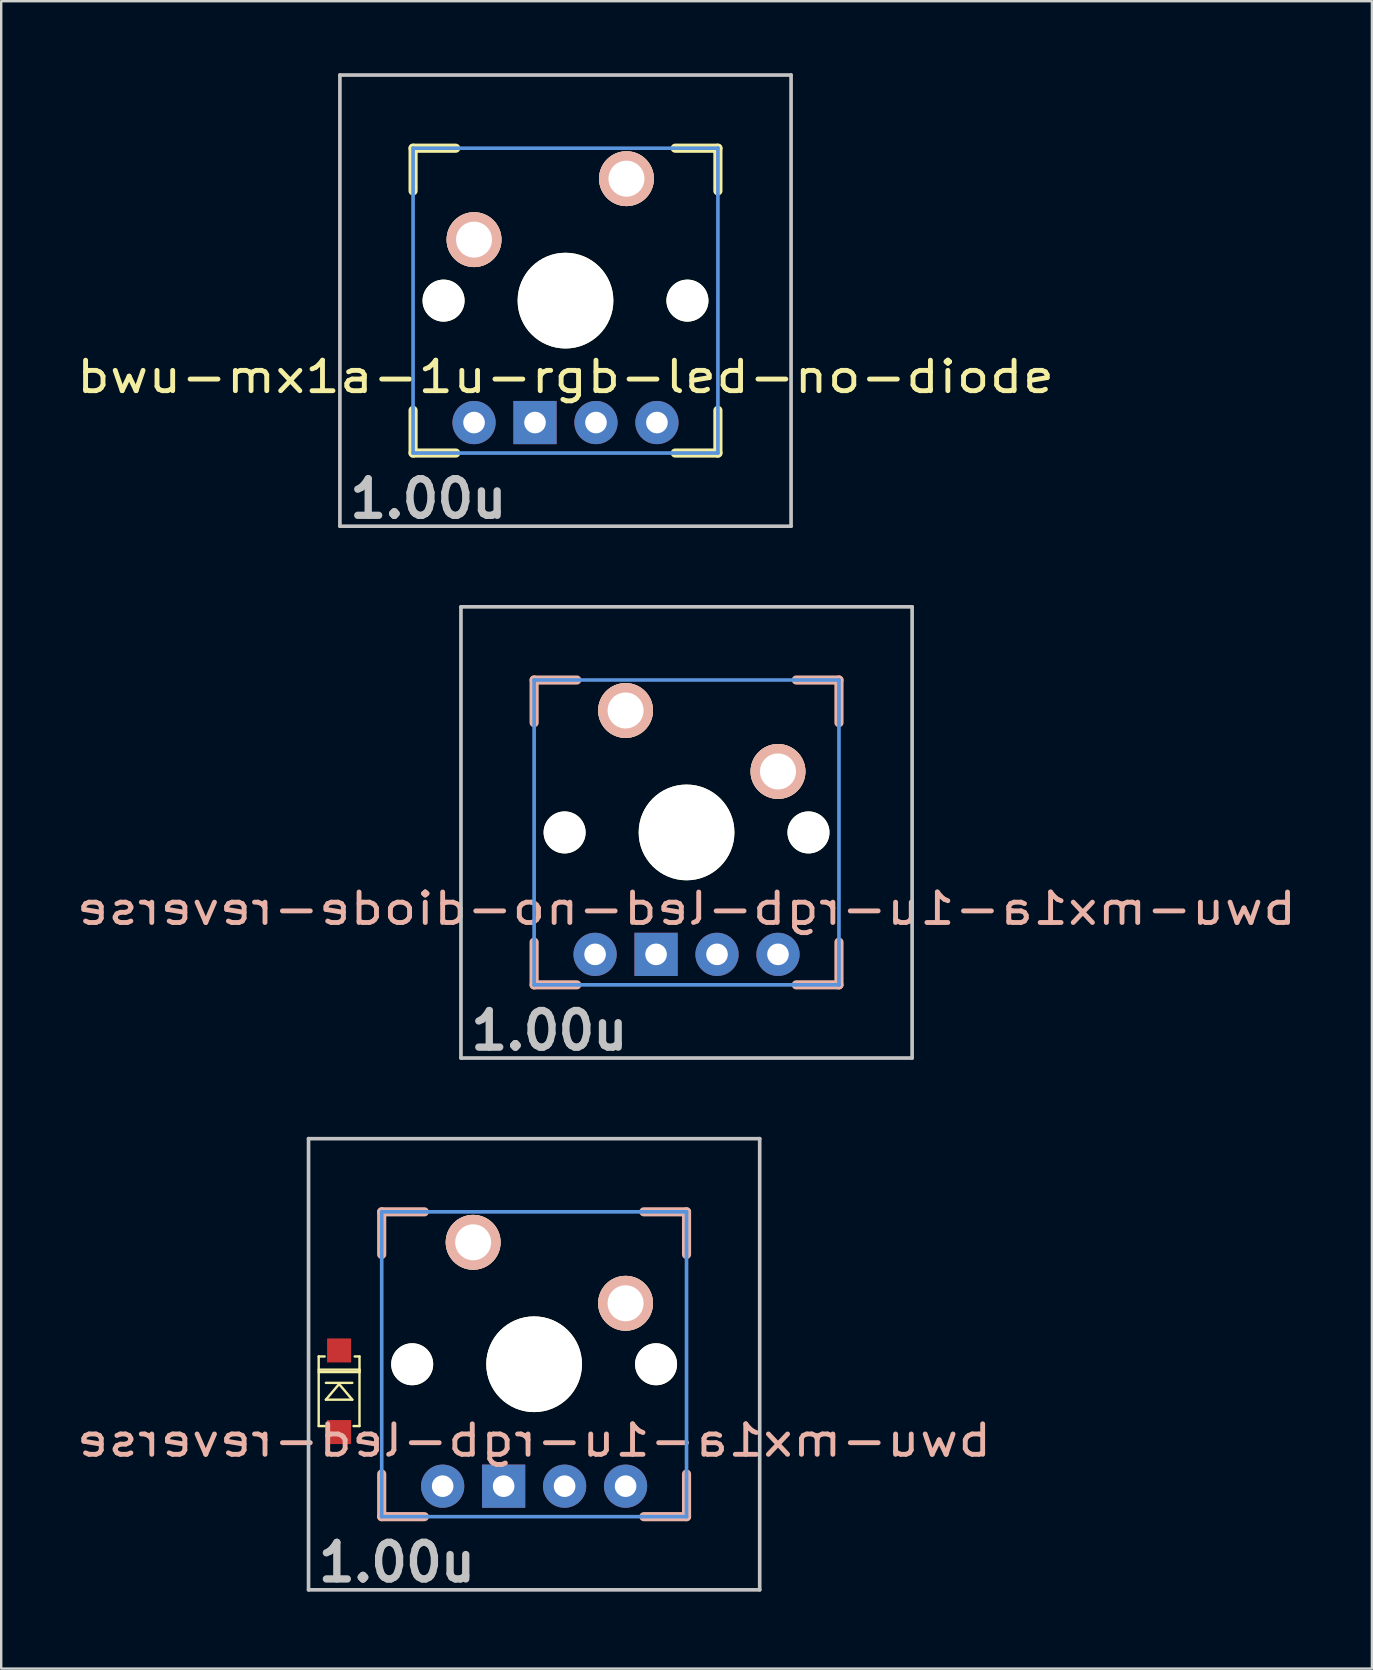
<source format=kicad_pcb>
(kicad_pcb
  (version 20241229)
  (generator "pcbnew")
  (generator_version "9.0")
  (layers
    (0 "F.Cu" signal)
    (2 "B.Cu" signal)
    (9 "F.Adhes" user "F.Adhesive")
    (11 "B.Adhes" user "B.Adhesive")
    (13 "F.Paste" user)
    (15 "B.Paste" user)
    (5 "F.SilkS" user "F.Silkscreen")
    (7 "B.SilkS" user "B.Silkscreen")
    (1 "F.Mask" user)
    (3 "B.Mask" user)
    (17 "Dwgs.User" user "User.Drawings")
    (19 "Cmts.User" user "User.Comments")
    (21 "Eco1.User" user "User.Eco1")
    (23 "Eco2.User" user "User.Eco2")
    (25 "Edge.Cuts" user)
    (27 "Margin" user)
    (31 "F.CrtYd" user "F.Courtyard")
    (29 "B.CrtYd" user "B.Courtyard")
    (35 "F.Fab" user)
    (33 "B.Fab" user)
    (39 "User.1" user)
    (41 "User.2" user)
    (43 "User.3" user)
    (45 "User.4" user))
  (footprint "bwu-mx1a-1u-rgb-led-no-diode-reverse"
    (layer "F.Cu")
    (at 25.552 31.63)
    (property "Reference" "bwu-mx1a-1u-rgb-led-no-diode-reverse" (at 0 3.175 0) (layer "B.SilkS") (effects (font (size 1.27 1.524) (thickness 0.203)) (justify mirror)))
    (attr smd)
    (fp_line (start -6.35 -6.35) (end -4.572 -6.35) (stroke (width 0.381) (type solid)) (layer "B.SilkS"))
    (fp_line (start -6.35 -4.572) (end -6.35 -6.35) (stroke (width 0.381) (type solid)) (layer "B.SilkS"))
    (fp_line (start -6.35 6.35) (end -6.35 4.572) (stroke (width 0.381) (type solid)) (layer "B.SilkS"))
    (fp_line (start -4.572 6.35) (end -6.35 6.35) (stroke (width 0.381) (type solid)) (layer "B.SilkS"))
    (fp_line (start 4.572 -6.35) (end 6.35 -6.35) (stroke (width 0.381) (type solid)) (layer "B.SilkS"))
    (fp_line (start 6.35 -6.35) (end 6.35 -4.572) (stroke (width 0.381) (type solid)) (layer "B.SilkS"))
    (fp_line (start 6.35 4.572) (end 6.35 6.35) (stroke (width 0.381) (type solid)) (layer "B.SilkS"))
    (fp_line (start 6.35 6.35) (end 4.572 6.35) (stroke (width 0.381) (type solid)) (layer "B.SilkS"))
    (fp_line (start -9.398 -9.398) (end 9.398 -9.398) (stroke (width 0.152) (type solid)) (layer "Dwgs.User"))
    (fp_line (start -9.398 9.398) (end -9.398 -9.398) (stroke (width 0.152) (type solid)) (layer "Dwgs.User"))
    (fp_line (start 9.398 -9.398) (end 9.398 9.398) (stroke (width 0.152) (type solid)) (layer "Dwgs.User"))
    (fp_line (start 9.398 9.398) (end -9.398 9.398) (stroke (width 0.152) (type solid)) (layer "Dwgs.User"))
    (fp_line (start -6.35 -6.35) (end 6.35 -6.35) (stroke (width 0.152) (type solid)) (layer "Cmts.User"))
    (fp_line (start -6.35 6.35) (end -6.35 -6.35) (stroke (width 0.152) (type solid)) (layer "Cmts.User"))
    (fp_line (start 6.35 -6.35) (end 6.35 6.35) (stroke (width 0.152) (type solid)) (layer "Cmts.User"))
    (fp_line (start 6.35 6.35) (end -6.35 6.35) (stroke (width 0.152) (type solid)) (layer "Cmts.User"))
    (fp_line (start -6.985 -6.985) (end 6.985 -6.985) (stroke (width 0.152) (type solid)) (layer "Eco2.User"))
    (fp_line (start -6.985 6.985) (end -6.985 -6.985) (stroke (width 0.152) (type solid)) (layer "Eco2.User"))
    (fp_line (start 6.985 -6.985) (end 6.985 6.985) (stroke (width 0.152) (type solid)) (layer "Eco2.User"))
    (fp_line (start 6.985 6.985) (end -6.985 6.985) (stroke (width 0.152) (type solid)) (layer "Eco2.User"))
    (fp_text user "1.00u" (at -5.715 8.255 0) (layer "Dwgs.User") (effects (font (size 1.524 1.524) (thickness 0.305))))
    (pad "" np_thru_hole circle (at -5.08 0) (size 1.75 1.75) (drill 1.75) (layers "*.Cu" "*.Mask" "F.SilkS"))
    (pad "" np_thru_hole circle (at 0 0) (size 3.988 3.988) (drill 3.988) (layers "*.Cu" "*.Mask" "F.SilkS"))
    (pad "" np_thru_hole circle (at 5.08 0) (size 1.75 1.75) (drill 1.75) (layers "*.Cu" "*.Mask" "F.SilkS"))
    (pad "1" thru_hole circle (at -2.54 -5.08) (size 2.286 2.286) (drill 1.499) (layers "*.Cu" "*.SilkS" "*.Mask"))
    (pad "2" thru_hole circle (at 3.81 -2.54) (size 2.286 2.286) (drill 1.499) (layers "*.Cu" "*.SilkS" "*.Mask"))
    (pad "4" thru_hole oval (at -3.81 5.08) (size 1.8 1.8) (drill 0.9) (layers "*.Cu" "*.Mask"))
    (pad "5" thru_hole rect (at -1.27 5.08) (size 1.8 1.8) (drill 0.9) (layers "*.Cu" "*.Mask"))
    (pad "6" thru_hole oval (at 1.27 5.08) (size 1.8 1.8) (drill 0.9) (layers "*.Cu" "*.Mask"))
    (pad "7" thru_hole oval (at 3.81 5.08) (size 1.8 1.8) (drill 0.9) (layers "*.Cu" "*.Mask")))
  (footprint "bwu-mx1a-1u-rgb-led-no-diode"
    (layer "F.Cu")
    (at 20.509 9.474)
    (property "Reference" "bwu-mx1a-1u-rgb-led-no-diode" (at 0 3.175 0) (layer "F.SilkS") (effects (font (size 1.27 1.524) (thickness 0.203))))
    (attr smd)
    (fp_line (start -6.35 -6.35) (end -4.572 -6.35) (stroke (width 0.381) (type solid)) (layer "F.SilkS"))
    (fp_line (start -6.35 -4.572) (end -6.35 -6.35) (stroke (width 0.381) (type solid)) (layer "F.SilkS"))
    (fp_line (start -6.35 6.35) (end -6.35 4.572) (stroke (width 0.381) (type solid)) (layer "F.SilkS"))
    (fp_line (start -4.572 6.35) (end -6.35 6.35) (stroke (width 0.381) (type solid)) (layer "F.SilkS"))
    (fp_line (start 4.572 -6.35) (end 6.35 -6.35) (stroke (width 0.381) (type solid)) (layer "F.SilkS"))
    (fp_line (start 6.35 -6.35) (end 6.35 -4.572) (stroke (width 0.381) (type solid)) (layer "F.SilkS"))
    (fp_line (start 6.35 4.572) (end 6.35 6.35) (stroke (width 0.381) (type solid)) (layer "F.SilkS"))
    (fp_line (start 6.35 6.35) (end 4.572 6.35) (stroke (width 0.381) (type solid)) (layer "F.SilkS"))
    (fp_line (start -9.398 -9.398) (end 9.398 -9.398) (stroke (width 0.152) (type solid)) (layer "Dwgs.User"))
    (fp_line (start -9.398 9.398) (end -9.398 -9.398) (stroke (width 0.152) (type solid)) (layer "Dwgs.User"))
    (fp_line (start 9.398 -9.398) (end 9.398 9.398) (stroke (width 0.152) (type solid)) (layer "Dwgs.User"))
    (fp_line (start 9.398 9.398) (end -9.398 9.398) (stroke (width 0.152) (type solid)) (layer "Dwgs.User"))
    (fp_line (start -6.35 -6.35) (end 6.35 -6.35) (stroke (width 0.152) (type solid)) (layer "Cmts.User"))
    (fp_line (start -6.35 6.35) (end -6.35 -6.35) (stroke (width 0.152) (type solid)) (layer "Cmts.User"))
    (fp_line (start 6.35 -6.35) (end 6.35 6.35) (stroke (width 0.152) (type solid)) (layer "Cmts.User"))
    (fp_line (start 6.35 6.35) (end -6.35 6.35) (stroke (width 0.152) (type solid)) (layer "Cmts.User"))
    (fp_line (start -6.985 -6.985) (end 6.985 -6.985) (stroke (width 0.152) (type solid)) (layer "Eco2.User"))
    (fp_line (start -6.985 6.985) (end -6.985 -6.985) (stroke (width 0.152) (type solid)) (layer "Eco2.User"))
    (fp_line (start 6.985 -6.985) (end 6.985 6.985) (stroke (width 0.152) (type solid)) (layer "Eco2.User"))
    (fp_line (start 6.985 6.985) (end -6.985 6.985) (stroke (width 0.152) (type solid)) (layer "Eco2.User"))
    (fp_text user "1.00u" (at -5.715 8.255 0) (layer "Dwgs.User") (effects (font (size 1.524 1.524) (thickness 0.305))))
    (pad "" np_thru_hole circle (at -5.08 0) (size 1.75 1.75) (drill 1.75) (layers "*.Cu" "*.Mask" "F.SilkS"))
    (pad "" np_thru_hole circle (at 0 0) (size 3.988 3.988) (drill 3.988) (layers "*.Cu" "*.Mask" "F.SilkS"))
    (pad "" np_thru_hole circle (at 5.08 0) (size 1.75 1.75) (drill 1.75) (layers "*.Cu" "*.Mask" "F.SilkS"))
    (pad "1" thru_hole circle (at 2.54 -5.08) (size 2.286 2.286) (drill 1.499) (layers "*.Cu" "*.SilkS" "*.Mask"))
    (pad "2" thru_hole circle (at -3.81 -2.54) (size 2.286 2.286) (drill 1.499) (layers "*.Cu" "*.SilkS" "*.Mask"))
    (pad "4" thru_hole oval (at -3.81 5.08) (size 1.8 1.8) (drill 0.9) (layers "*.Cu" "*.Mask"))
    (pad "5" thru_hole rect (at -1.27 5.08) (size 1.8 1.8) (drill 0.9) (layers "*.Cu" "*.Mask"))
    (pad "6" thru_hole oval (at 1.27 5.08) (size 1.8 1.8) (drill 0.9) (layers "*.Cu" "*.Mask"))
    (pad "7" thru_hole oval (at 3.81 5.08) (size 1.8 1.8) (drill 0.9) (layers "*.Cu" "*.Mask")))
  (footprint "bwu-mx1a-1u-rgb-led-reverse"
    (layer "F.Cu")
    (at 19.202 53.786)
    (property "Reference" "bwu-mx1a-1u-rgb-led-reverse" (at 0 3.175 0) (layer "B.SilkS") (effects (font (size 1.27 1.524) (thickness 0.203)) (justify mirror)))
    (attr smd)
    (fp_line (start -8.975 -0.325) (end -8.975 2.575) (stroke (width 0.1) (type solid)) (layer "F.SilkS"))
    (fp_line (start -8.975 0.225) (end -7.275 0.225) (stroke (width 0.1) (type solid)) (layer "F.SilkS"))
    (fp_line (start -8.975 2.575) (end -8.725 2.575) (stroke (width 0.1) (type solid)) (layer "F.SilkS"))
    (fp_line (start -8.725 -0.325) (end -8.975 -0.325) (stroke (width 0.1) (type solid)) (layer "F.SilkS"))
    (fp_line (start -8.675 0.775) (end -7.575 0.775) (stroke (width 0.1) (type solid)) (layer "F.SilkS"))
    (fp_line (start -8.675 1.475) (end -7.575 1.475) (stroke (width 0.1) (type solid)) (layer "F.SilkS"))
    (fp_line (start -8.125 0.825) (end -8.675 1.475) (stroke (width 0.1) (type solid)) (layer "F.SilkS"))
    (fp_line (start -7.575 1.475) (end -8.125 0.825) (stroke (width 0.1) (type solid)) (layer "F.SilkS"))
    (fp_line (start -7.525 2.575) (end -7.275 2.575) (stroke (width 0.1) (type solid)) (layer "F.SilkS"))
    (fp_line (start -7.275 -0.325) (end -7.475 -0.325) (stroke (width 0.1) (type solid)) (layer "F.SilkS"))
    (fp_line (start -7.275 0.225) (end -7.275 0.325) (stroke (width 0.1) (type solid)) (layer "F.SilkS"))
    (fp_line (start -7.275 0.325) (end -8.975 0.325) (stroke (width 0.1) (type solid)) (layer "F.SilkS"))
    (fp_line (start -7.275 2.575) (end -7.275 -0.325) (stroke (width 0.1) (type solid)) (layer "F.SilkS"))
    (fp_line (start -6.35 -6.35) (end -4.572 -6.35) (stroke (width 0.381) (type solid)) (layer "B.SilkS"))
    (fp_line (start -6.35 -4.572) (end -6.35 -6.35) (stroke (width 0.381) (type solid)) (layer "B.SilkS"))
    (fp_line (start -6.35 6.35) (end -6.35 4.572) (stroke (width 0.381) (type solid)) (layer "B.SilkS"))
    (fp_line (start -4.572 6.35) (end -6.35 6.35) (stroke (width 0.381) (type solid)) (layer "B.SilkS"))
    (fp_line (start 4.572 -6.35) (end 6.35 -6.35) (stroke (width 0.381) (type solid)) (layer "B.SilkS"))
    (fp_line (start 6.35 -6.35) (end 6.35 -4.572) (stroke (width 0.381) (type solid)) (layer "B.SilkS"))
    (fp_line (start 6.35 4.572) (end 6.35 6.35) (stroke (width 0.381) (type solid)) (layer "B.SilkS"))
    (fp_line (start 6.35 6.35) (end 4.572 6.35) (stroke (width 0.381) (type solid)) (layer "B.SilkS"))
    (fp_line (start -9.398 -9.398) (end 9.398 -9.398) (stroke (width 0.152) (type solid)) (layer "Dwgs.User"))
    (fp_line (start -9.398 9.398) (end -9.398 -9.398) (stroke (width 0.152) (type solid)) (layer "Dwgs.User"))
    (fp_line (start 9.398 -9.398) (end 9.398 9.398) (stroke (width 0.152) (type solid)) (layer "Dwgs.User"))
    (fp_line (start 9.398 9.398) (end -9.398 9.398) (stroke (width 0.152) (type solid)) (layer "Dwgs.User"))
    (fp_line (start -6.35 -6.35) (end 6.35 -6.35) (stroke (width 0.152) (type solid)) (layer "Cmts.User"))
    (fp_line (start -6.35 6.35) (end -6.35 -6.35) (stroke (width 0.152) (type solid)) (layer "Cmts.User"))
    (fp_line (start 6.35 -6.35) (end 6.35 6.35) (stroke (width 0.152) (type solid)) (layer "Cmts.User"))
    (fp_line (start 6.35 6.35) (end -6.35 6.35) (stroke (width 0.152) (type solid)) (layer "Cmts.User"))
    (fp_line (start -6.985 -6.985) (end 6.985 -6.985) (stroke (width 0.152) (type solid)) (layer "Eco2.User"))
    (fp_line (start -6.985 6.985) (end -6.985 -6.985) (stroke (width 0.152) (type solid)) (layer "Eco2.User"))
    (fp_line (start 6.985 -6.985) (end 6.985 6.985) (stroke (width 0.152) (type solid)) (layer "Eco2.User"))
    (fp_line (start 6.985 6.985) (end -6.985 6.985) (stroke (width 0.152) (type solid)) (layer "Eco2.User"))
    (fp_text user "1.00u" (at -5.715 8.255 0) (layer "Dwgs.User") (effects (font (size 1.524 1.524) (thickness 0.305))))
    (pad "" np_thru_hole circle (at -5.08 0) (size 1.75 1.75) (drill 1.75) (layers "*.Cu" "*.Mask" "F.SilkS"))
    (pad "" np_thru_hole circle (at 0 0) (size 3.988 3.988) (drill 3.988) (layers "*.Cu" "*.Mask" "F.SilkS"))
    (pad "" np_thru_hole circle (at 5.08 0) (size 1.75 1.75) (drill 1.75) (layers "*.Cu" "*.Mask" "F.SilkS"))
    (pad "1" thru_hole circle (at -2.54 -5.08) (size 2.286 2.286) (drill 1.499) (layers "*.Cu" "*.SilkS" "*.Mask"))
    (pad "2" smd rect (at -8.125 -0.575 90) (size 1 1) (layers "F.Cu" "F.Mask" "F.Paste"))
    (pad "2" thru_hole circle (at 3.81 -2.54) (size 2.286 2.286) (drill 1.499) (layers "*.Cu" "*.SilkS" "*.Mask"))
    (pad "3" smd rect (at -8.125 2.825 90) (size 1 1) (layers "F.Cu" "F.Mask" "F.Paste"))
    (pad "4" thru_hole oval (at -3.81 5.08) (size 1.8 1.8) (drill 0.9) (layers "*.Cu" "*.Mask"))
    (pad "5" thru_hole rect (at -1.27 5.08) (size 1.8 1.8) (drill 0.9) (layers "*.Cu" "*.Mask"))
    (pad "6" thru_hole oval (at 1.27 5.08) (size 1.8 1.8) (drill 0.9) (layers "*.Cu" "*.Mask"))
    (pad "7" thru_hole oval (at 3.81 5.08) (size 1.8 1.8) (drill 0.9) (layers "*.Cu" "*.Mask")))
  (gr_rect
    (start -3 -3)
    (end 54.105 66.467)
    (stroke (width 0.1) (type default))
    (fill no)
    (layer "Edge.Cuts")))
</source>
